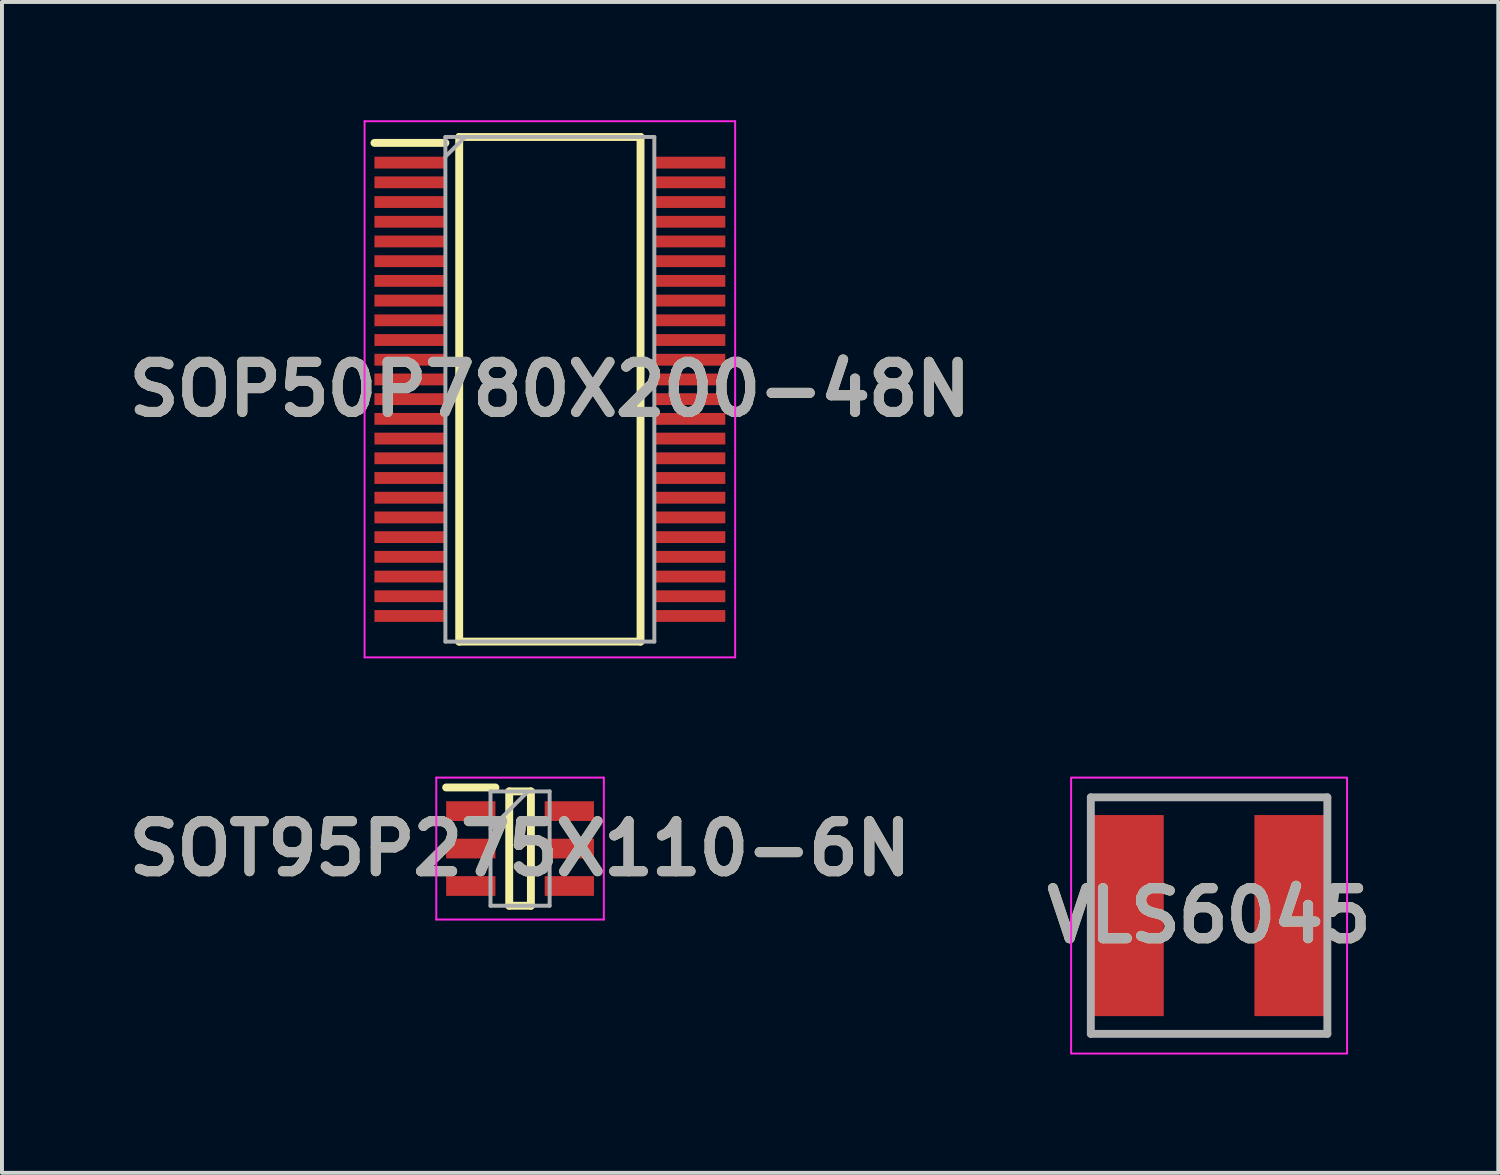
<source format=kicad_pcb>
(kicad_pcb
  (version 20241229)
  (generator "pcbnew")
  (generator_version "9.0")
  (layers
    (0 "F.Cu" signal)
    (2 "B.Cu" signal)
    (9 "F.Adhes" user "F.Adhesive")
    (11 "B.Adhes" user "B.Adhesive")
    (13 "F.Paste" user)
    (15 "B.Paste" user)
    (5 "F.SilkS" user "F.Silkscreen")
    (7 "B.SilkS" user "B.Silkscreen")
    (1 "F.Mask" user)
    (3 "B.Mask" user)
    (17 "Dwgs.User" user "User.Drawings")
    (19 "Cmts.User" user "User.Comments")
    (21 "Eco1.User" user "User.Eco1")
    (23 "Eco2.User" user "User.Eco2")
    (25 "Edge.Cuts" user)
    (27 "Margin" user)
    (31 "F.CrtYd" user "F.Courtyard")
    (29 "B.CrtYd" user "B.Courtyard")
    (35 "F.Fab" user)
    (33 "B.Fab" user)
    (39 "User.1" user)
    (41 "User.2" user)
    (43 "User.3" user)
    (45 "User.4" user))
  (footprint "SOP50P780X200-48N"
    (layer "F.Cu")
    (at 10.898 6.825)
    (property "Reference" "SOP50P780X200-48N" (at 0 0 0) (layer "F.SilkS") (effects (font (size 1.27 1.27) (thickness 0.254))))
    (attr smd)
    (fp_line (start -4.45 -6.25) (end -2.65 -6.25) (stroke (width 0.2) (type solid)) (layer "F.SilkS"))
    (fp_line (start -2.3 -6.4) (end 2.3 -6.4) (stroke (width 0.2) (type solid)) (layer "F.SilkS"))
    (fp_line (start -2.3 6.4) (end -2.3 -6.4) (stroke (width 0.2) (type solid)) (layer "F.SilkS"))
    (fp_line (start 2.3 -6.4) (end 2.3 6.4) (stroke (width 0.2) (type solid)) (layer "F.SilkS"))
    (fp_line (start 2.3 6.4) (end -2.3 6.4) (stroke (width 0.2) (type solid)) (layer "F.SilkS"))
    (fp_line (start -4.7 -6.8) (end 4.7 -6.8) (stroke (width 0.05) (type solid)) (layer "F.CrtYd"))
    (fp_line (start -4.7 6.8) (end -4.7 -6.8) (stroke (width 0.05) (type solid)) (layer "F.CrtYd"))
    (fp_line (start 4.7 -6.8) (end 4.7 6.8) (stroke (width 0.05) (type solid)) (layer "F.CrtYd"))
    (fp_line (start 4.7 6.8) (end -4.7 6.8) (stroke (width 0.05) (type solid)) (layer "F.CrtYd"))
    (fp_line (start -2.65 -6.4) (end 2.65 -6.4) (stroke (width 0.1) (type solid)) (layer "F.Fab"))
    (fp_line (start -2.65 -5.9) (end -2.15 -6.4) (stroke (width 0.1) (type solid)) (layer "F.Fab"))
    (fp_line (start -2.65 6.4) (end -2.65 -6.4) (stroke (width 0.1) (type solid)) (layer "F.Fab"))
    (fp_line (start 2.65 -6.4) (end 2.65 6.4) (stroke (width 0.1) (type solid)) (layer "F.Fab"))
    (fp_line (start 2.65 6.4) (end -2.65 6.4) (stroke (width 0.1) (type solid)) (layer "F.Fab"))
    (fp_text user "${REFERENCE}" (at 0 0 0) (layer "F.Fab") (effects (font (size 1.27 1.27) (thickness 0.254))))
    (pad "1" smd rect (at -3.55 -5.75 90) (size 0.3 1.8) (layers "F.Cu" "F.Mask" "F.Paste"))
    (pad "2" smd rect (at -3.55 -5.25 90) (size 0.3 1.8) (layers "F.Cu" "F.Mask" "F.Paste"))
    (pad "3" smd rect (at -3.55 -4.75 90) (size 0.3 1.8) (layers "F.Cu" "F.Mask" "F.Paste"))
    (pad "4" smd rect (at -3.55 -4.25 90) (size 0.3 1.8) (layers "F.Cu" "F.Mask" "F.Paste"))
    (pad "5" smd rect (at -3.55 -3.75 90) (size 0.3 1.8) (layers "F.Cu" "F.Mask" "F.Paste"))
    (pad "6" smd rect (at -3.55 -3.25 90) (size 0.3 1.8) (layers "F.Cu" "F.Mask" "F.Paste"))
    (pad "7" smd rect (at -3.55 -2.75 90) (size 0.3 1.8) (layers "F.Cu" "F.Mask" "F.Paste"))
    (pad "8" smd rect (at -3.55 -2.25 90) (size 0.3 1.8) (layers "F.Cu" "F.Mask" "F.Paste"))
    (pad "9" smd rect (at -3.55 -1.75 90) (size 0.3 1.8) (layers "F.Cu" "F.Mask" "F.Paste"))
    (pad "10" smd rect (at -3.55 -1.25 90) (size 0.3 1.8) (layers "F.Cu" "F.Mask" "F.Paste"))
    (pad "11" smd rect (at -3.55 -0.75 90) (size 0.3 1.8) (layers "F.Cu" "F.Mask" "F.Paste"))
    (pad "12" smd rect (at -3.55 -0.25 90) (size 0.3 1.8) (layers "F.Cu" "F.Mask" "F.Paste"))
    (pad "13" smd rect (at -3.55 0.25 90) (size 0.3 1.8) (layers "F.Cu" "F.Mask" "F.Paste"))
    (pad "14" smd rect (at -3.55 0.75 90) (size 0.3 1.8) (layers "F.Cu" "F.Mask" "F.Paste"))
    (pad "15" smd rect (at -3.55 1.25 90) (size 0.3 1.8) (layers "F.Cu" "F.Mask" "F.Paste"))
    (pad "16" smd rect (at -3.55 1.75 90) (size 0.3 1.8) (layers "F.Cu" "F.Mask" "F.Paste"))
    (pad "17" smd rect (at -3.55 2.25 90) (size 0.3 1.8) (layers "F.Cu" "F.Mask" "F.Paste"))
    (pad "18" smd rect (at -3.55 2.75 90) (size 0.3 1.8) (layers "F.Cu" "F.Mask" "F.Paste"))
    (pad "19" smd rect (at -3.55 3.25 90) (size 0.3 1.8) (layers "F.Cu" "F.Mask" "F.Paste"))
    (pad "20" smd rect (at -3.55 3.75 90) (size 0.3 1.8) (layers "F.Cu" "F.Mask" "F.Paste"))
    (pad "21" smd rect (at -3.55 4.25 90) (size 0.3 1.8) (layers "F.Cu" "F.Mask" "F.Paste"))
    (pad "22" smd rect (at -3.55 4.75 90) (size 0.3 1.8) (layers "F.Cu" "F.Mask" "F.Paste"))
    (pad "23" smd rect (at -3.55 5.25 90) (size 0.3 1.8) (layers "F.Cu" "F.Mask" "F.Paste"))
    (pad "24" smd rect (at -3.55 5.75 90) (size 0.3 1.8) (layers "F.Cu" "F.Mask" "F.Paste"))
    (pad "25" smd rect (at 3.55 5.75 90) (size 0.3 1.8) (layers "F.Cu" "F.Mask" "F.Paste"))
    (pad "26" smd rect (at 3.55 5.25 90) (size 0.3 1.8) (layers "F.Cu" "F.Mask" "F.Paste"))
    (pad "27" smd rect (at 3.55 4.75 90) (size 0.3 1.8) (layers "F.Cu" "F.Mask" "F.Paste"))
    (pad "28" smd rect (at 3.55 4.25 90) (size 0.3 1.8) (layers "F.Cu" "F.Mask" "F.Paste"))
    (pad "29" smd rect (at 3.55 3.75 90) (size 0.3 1.8) (layers "F.Cu" "F.Mask" "F.Paste"))
    (pad "30" smd rect (at 3.55 3.25 90) (size 0.3 1.8) (layers "F.Cu" "F.Mask" "F.Paste"))
    (pad "31" smd rect (at 3.55 2.75 90) (size 0.3 1.8) (layers "F.Cu" "F.Mask" "F.Paste"))
    (pad "32" smd rect (at 3.55 2.25 90) (size 0.3 1.8) (layers "F.Cu" "F.Mask" "F.Paste"))
    (pad "33" smd rect (at 3.55 1.75 90) (size 0.3 1.8) (layers "F.Cu" "F.Mask" "F.Paste"))
    (pad "34" smd rect (at 3.55 1.25 90) (size 0.3 1.8) (layers "F.Cu" "F.Mask" "F.Paste"))
    (pad "35" smd rect (at 3.55 0.75 90) (size 0.3 1.8) (layers "F.Cu" "F.Mask" "F.Paste"))
    (pad "36" smd rect (at 3.55 0.25 90) (size 0.3 1.8) (layers "F.Cu" "F.Mask" "F.Paste"))
    (pad "37" smd rect (at 3.55 -0.25 90) (size 0.3 1.8) (layers "F.Cu" "F.Mask" "F.Paste"))
    (pad "38" smd rect (at 3.55 -0.75 90) (size 0.3 1.8) (layers "F.Cu" "F.Mask" "F.Paste"))
    (pad "39" smd rect (at 3.55 -1.25 90) (size 0.3 1.8) (layers "F.Cu" "F.Mask" "F.Paste"))
    (pad "40" smd rect (at 3.55 -1.75 90) (size 0.3 1.8) (layers "F.Cu" "F.Mask" "F.Paste"))
    (pad "41" smd rect (at 3.55 -2.25 90) (size 0.3 1.8) (layers "F.Cu" "F.Mask" "F.Paste"))
    (pad "42" smd rect (at 3.55 -2.75 90) (size 0.3 1.8) (layers "F.Cu" "F.Mask" "F.Paste"))
    (pad "43" smd rect (at 3.55 -3.25 90) (size 0.3 1.8) (layers "F.Cu" "F.Mask" "F.Paste"))
    (pad "44" smd rect (at 3.55 -3.75 90) (size 0.3 1.8) (layers "F.Cu" "F.Mask" "F.Paste"))
    (pad "45" smd rect (at 3.55 -4.25 90) (size 0.3 1.8) (layers "F.Cu" "F.Mask" "F.Paste"))
    (pad "46" smd rect (at 3.55 -4.75 90) (size 0.3 1.8) (layers "F.Cu" "F.Mask" "F.Paste"))
    (pad "47" smd rect (at 3.55 -5.25 90) (size 0.3 1.8) (layers "F.Cu" "F.Mask" "F.Paste"))
    (pad "48" smd rect (at 3.55 -5.75 90) (size 0.3 1.8) (layers "F.Cu" "F.Mask" "F.Paste")))
  (footprint "VLS6045"
    (layer "F.Cu")
    (at 27.62 20.175)
    (property "Reference" "VLS6045" (at 0 0 0) (layer "F.SilkS") (effects (font (size 1.27 1.27) (thickness 0.254))))
    (attr smd)
    (fp_line (start -2.9 -3) (end 2.9 -3) (stroke (width 0.12) (type default)) (layer "F.SilkS"))
    (fp_line (start -2.9 3) (end 2.9 3) (stroke (width 0.12) (type default)) (layer "F.SilkS"))
    (fp_rect (start -3.5 -3.5) (end 3.5 3.5) (stroke (width 0.05) (type default)) (fill no) (layer "F.CrtYd"))
    (fp_line (start -3 -3) (end 3 -3) (stroke (width 0.2) (type solid)) (layer "F.Fab"))
    (fp_line (start -3 3) (end -3 -3) (stroke (width 0.2) (type solid)) (layer "F.Fab"))
    (fp_line (start 3 -3) (end 3 3) (stroke (width 0.2) (type solid)) (layer "F.Fab"))
    (fp_line (start 3 3) (end -3 3) (stroke (width 0.2) (type solid)) (layer "F.Fab"))
    (fp_text user "${REFERENCE}" (at 0 0 0) (layer "F.Fab") (effects (font (size 1.27 1.27) (thickness 0.254))))
    (pad "1" smd rect (at -2.1 0) (size 1.9 5.1) (layers "F.Cu" "F.Mask" "F.Paste"))
    (pad "2" smd rect (at 2.1 0) (size 1.9 5.1) (layers "F.Cu" "F.Mask" "F.Paste")))
  (footprint "SOT95P275X110-6N"
    (layer "F.Cu")
    (at 10.142 18.475)
    (property "Reference" "SOT95P275X110-6N" (at 0 0 0) (layer "F.SilkS") (effects (font (size 1.27 1.27) (thickness 0.254))))
    (attr smd)
    (fp_line (start -1.875 -1.55) (end -0.625 -1.55) (stroke (width 0.2) (type solid)) (layer "F.SilkS"))
    (fp_line (start -0.275 -1.45) (end 0.275 -1.45) (stroke (width 0.2) (type solid)) (layer "F.SilkS"))
    (fp_line (start -0.275 1.45) (end -0.275 -1.45) (stroke (width 0.2) (type solid)) (layer "F.SilkS"))
    (fp_line (start 0.275 -1.45) (end 0.275 1.45) (stroke (width 0.2) (type solid)) (layer "F.SilkS"))
    (fp_line (start 0.275 1.45) (end -0.275 1.45) (stroke (width 0.2) (type solid)) (layer "F.SilkS"))
    (fp_line (start -2.125 -1.8) (end 2.125 -1.8) (stroke (width 0.05) (type solid)) (layer "F.CrtYd"))
    (fp_line (start -2.125 1.8) (end -2.125 -1.8) (stroke (width 0.05) (type solid)) (layer "F.CrtYd"))
    (fp_line (start 2.125 -1.8) (end 2.125 1.8) (stroke (width 0.05) (type solid)) (layer "F.CrtYd"))
    (fp_line (start 2.125 1.8) (end -2.125 1.8) (stroke (width 0.05) (type solid)) (layer "F.CrtYd"))
    (fp_line (start -0.75 -1.45) (end 0.75 -1.45) (stroke (width 0.1) (type solid)) (layer "F.Fab"))
    (fp_line (start -0.75 -0.5) (end 0.2 -1.45) (stroke (width 0.1) (type solid)) (layer "F.Fab"))
    (fp_line (start -0.75 1.45) (end -0.75 -1.45) (stroke (width 0.1) (type solid)) (layer "F.Fab"))
    (fp_line (start 0.75 -1.45) (end 0.75 1.45) (stroke (width 0.1) (type solid)) (layer "F.Fab"))
    (fp_line (start 0.75 1.45) (end -0.75 1.45) (stroke (width 0.1) (type solid)) (layer "F.Fab"))
    (fp_text user "${REFERENCE}" (at 0 0 0) (layer "F.Fab") (effects (font (size 1.27 1.27) (thickness 0.254))))
    (pad "1" smd rect (at -1.25 -0.95 90) (size 0.5 1.25) (layers "F.Cu" "F.Mask" "F.Paste"))
    (pad "2" smd rect (at -1.25 0 90) (size 0.5 1.25) (layers "F.Cu" "F.Mask" "F.Paste"))
    (pad "3" smd rect (at -1.25 0.95 90) (size 0.5 1.25) (layers "F.Cu" "F.Mask" "F.Paste"))
    (pad "4" smd rect (at 1.25 0.95 90) (size 0.5 1.25) (layers "F.Cu" "F.Mask" "F.Paste"))
    (pad "5" smd rect (at 1.25 0 90) (size 0.5 1.25) (layers "F.Cu" "F.Mask" "F.Paste"))
    (pad "6" smd rect (at 1.25 -0.95 90) (size 0.5 1.25) (layers "F.Cu" "F.Mask" "F.Paste")))
  (gr_rect
    (start -3 -3)
    (end 34.956 26.7)
    (stroke (width 0.1) (type default))
    (fill no)
    (layer "Edge.Cuts")))
</source>
